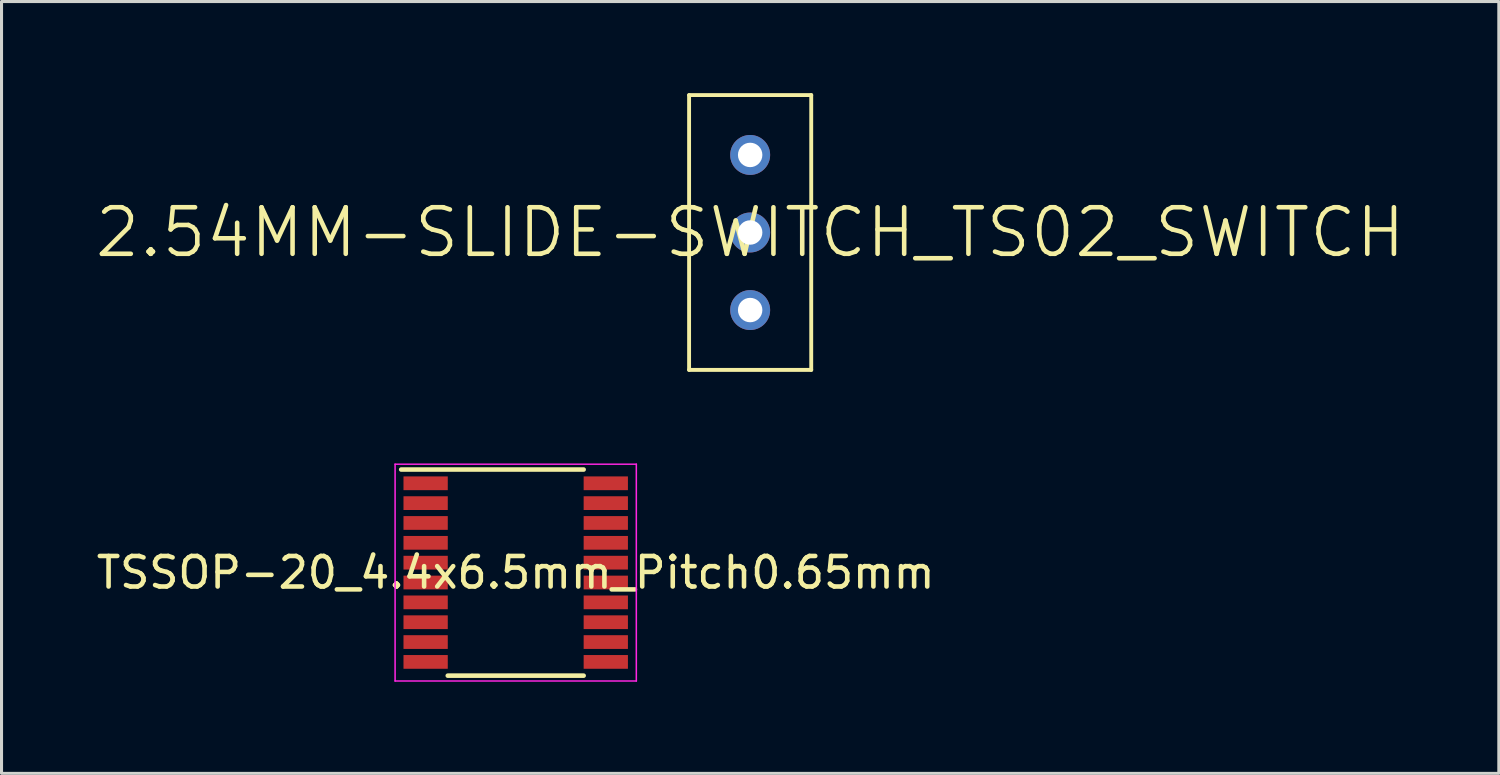
<source format=kicad_pcb>
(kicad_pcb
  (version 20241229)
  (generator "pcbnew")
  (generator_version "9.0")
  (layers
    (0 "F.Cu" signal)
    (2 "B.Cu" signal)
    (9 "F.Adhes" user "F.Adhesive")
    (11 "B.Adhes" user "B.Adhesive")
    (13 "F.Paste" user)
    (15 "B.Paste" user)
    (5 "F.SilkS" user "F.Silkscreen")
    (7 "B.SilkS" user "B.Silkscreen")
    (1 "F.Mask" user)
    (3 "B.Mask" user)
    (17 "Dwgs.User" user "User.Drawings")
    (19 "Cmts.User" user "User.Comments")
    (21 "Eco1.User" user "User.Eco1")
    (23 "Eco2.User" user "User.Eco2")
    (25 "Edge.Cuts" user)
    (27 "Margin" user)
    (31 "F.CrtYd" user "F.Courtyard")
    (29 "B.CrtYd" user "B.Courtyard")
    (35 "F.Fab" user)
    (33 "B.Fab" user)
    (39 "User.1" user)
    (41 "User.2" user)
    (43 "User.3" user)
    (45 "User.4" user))
  (footprint "2.54MM-SLIDE-SWITCH_TS02_SWITCH"
    (layer "F.Cu")
    (at 21.517 4.564)
    (property "Reference" "2.54MM-SLIDE-SWITCH_TS02_SWITCH" (at 0 0 0) (layer "F.SilkS") (effects (font (size 1.524 1.524) (thickness 0.15))))
    (attr through_hole)
    (fp_line (start -2 -4.5) (end -2 4.5) (stroke (width 0.127) (type solid)) (layer "F.SilkS"))
    (fp_line (start -2 4.5) (end 2 4.5) (stroke (width 0.127) (type solid)) (layer "F.SilkS"))
    (fp_line (start 2 -4.5) (end -2 -4.5) (stroke (width 0.127) (type solid)) (layer "F.SilkS"))
    (fp_line (start 2 4.5) (end 2 -4.5) (stroke (width 0.127) (type solid)) (layer "F.SilkS"))
    (pad "PIN1" thru_hole circle (at 0 -2.54) (size 1.308 1.308) (drill 0.8) (layers "*.Cu" "*.Mask"))
    (pad "PIN2" thru_hole circle (at 0 0) (size 1.308 1.308) (drill 0.8) (layers "*.Cu" "*.Mask"))
    (pad "PIN3" thru_hole circle (at 0 2.54) (size 1.308 1.308) (drill 0.8) (layers "*.Cu" "*.Mask")))
  (footprint "TSSOP-20_4.4x6.5mm_Pitch0.65mm"
    (layer "F.Cu")
    (at 13.839 15.702)
    (property "Reference" "TSSOP-20_4.4x6.5mm_Pitch0.65mm" (at 0 0 0) (layer "F.SilkS") (effects (font (size 1 1) (thickness 0.15))))
    (attr smd)
    (fp_line (start -3.75 -3.375) (end 2.225 -3.375) (stroke (width 0.15) (type solid)) (layer "F.SilkS"))
    (fp_line (start -2.225 3.375) (end 2.225 3.375) (stroke (width 0.15) (type solid)) (layer "F.SilkS"))
    (fp_line (start -3.95 -3.55) (end -3.95 3.55) (stroke (width 0.05) (type solid)) (layer "F.CrtYd"))
    (fp_line (start -3.95 -3.55) (end 3.95 -3.55) (stroke (width 0.05) (type solid)) (layer "F.CrtYd"))
    (fp_line (start -3.95 3.55) (end 3.95 3.55) (stroke (width 0.05) (type solid)) (layer "F.CrtYd"))
    (fp_line (start 3.95 -3.55) (end 3.95 3.55) (stroke (width 0.05) (type solid)) (layer "F.CrtYd"))
    (pad "1" smd rect (at -2.95 -2.925) (size 1.45 0.45) (layers "F.Cu" "F.Mask" "F.Paste"))
    (pad "2" smd rect (at -2.95 -2.275) (size 1.45 0.45) (layers "F.Cu" "F.Mask" "F.Paste"))
    (pad "3" smd rect (at -2.95 -1.625) (size 1.45 0.45) (layers "F.Cu" "F.Mask" "F.Paste"))
    (pad "4" smd rect (at -2.95 -0.975) (size 1.45 0.45) (layers "F.Cu" "F.Mask" "F.Paste"))
    (pad "5" smd rect (at -2.95 -0.325) (size 1.45 0.45) (layers "F.Cu" "F.Mask" "F.Paste"))
    (pad "6" smd rect (at -2.95 0.325) (size 1.45 0.45) (layers "F.Cu" "F.Mask" "F.Paste"))
    (pad "7" smd rect (at -2.95 0.975) (size 1.45 0.45) (layers "F.Cu" "F.Mask" "F.Paste"))
    (pad "8" smd rect (at -2.95 1.625) (size 1.45 0.45) (layers "F.Cu" "F.Mask" "F.Paste"))
    (pad "9" smd rect (at -2.95 2.275) (size 1.45 0.45) (layers "F.Cu" "F.Mask" "F.Paste"))
    (pad "10" smd rect (at -2.95 2.925) (size 1.45 0.45) (layers "F.Cu" "F.Mask" "F.Paste"))
    (pad "11" smd rect (at 2.95 2.925) (size 1.45 0.45) (layers "F.Cu" "F.Mask" "F.Paste"))
    (pad "12" smd rect (at 2.95 2.275) (size 1.45 0.45) (layers "F.Cu" "F.Mask" "F.Paste"))
    (pad "13" smd rect (at 2.95 1.625) (size 1.45 0.45) (layers "F.Cu" "F.Mask" "F.Paste"))
    (pad "14" smd rect (at 2.95 0.975) (size 1.45 0.45) (layers "F.Cu" "F.Mask" "F.Paste"))
    (pad "15" smd rect (at 2.95 0.325) (size 1.45 0.45) (layers "F.Cu" "F.Mask" "F.Paste"))
    (pad "16" smd rect (at 2.95 -0.325) (size 1.45 0.45) (layers "F.Cu" "F.Mask" "F.Paste"))
    (pad "17" smd rect (at 2.95 -0.975) (size 1.45 0.45) (layers "F.Cu" "F.Mask" "F.Paste"))
    (pad "18" smd rect (at 2.95 -1.625) (size 1.45 0.45) (layers "F.Cu" "F.Mask" "F.Paste"))
    (pad "19" smd rect (at 2.95 -2.275) (size 1.45 0.45) (layers "F.Cu" "F.Mask" "F.Paste"))
    (pad "20" smd rect (at 2.95 -2.925) (size 1.45 0.45) (layers "F.Cu" "F.Mask" "F.Paste")))
  (gr_rect
    (start -3 -3)
    (end 46.035 22.277)
    (stroke (width 0.1) (type default))
    (fill no)
    (layer "Edge.Cuts")))
</source>
